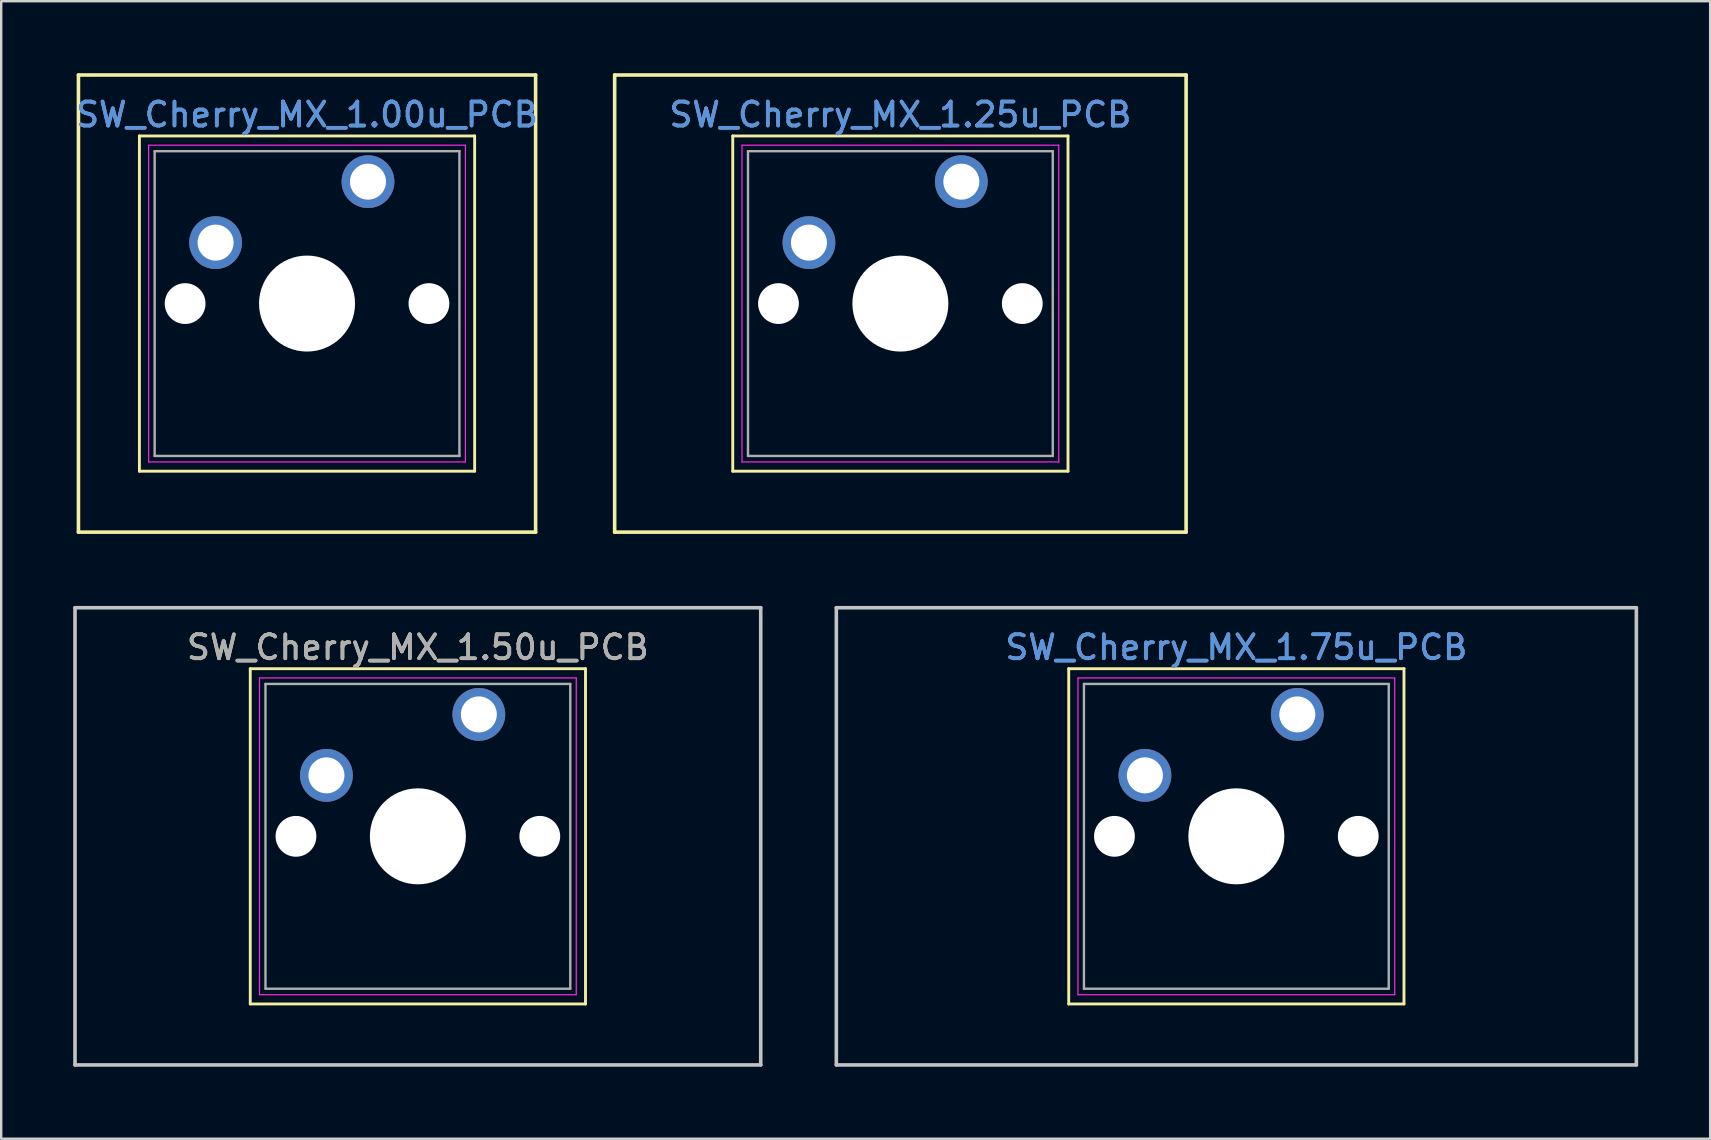
<source format=kicad_pcb>
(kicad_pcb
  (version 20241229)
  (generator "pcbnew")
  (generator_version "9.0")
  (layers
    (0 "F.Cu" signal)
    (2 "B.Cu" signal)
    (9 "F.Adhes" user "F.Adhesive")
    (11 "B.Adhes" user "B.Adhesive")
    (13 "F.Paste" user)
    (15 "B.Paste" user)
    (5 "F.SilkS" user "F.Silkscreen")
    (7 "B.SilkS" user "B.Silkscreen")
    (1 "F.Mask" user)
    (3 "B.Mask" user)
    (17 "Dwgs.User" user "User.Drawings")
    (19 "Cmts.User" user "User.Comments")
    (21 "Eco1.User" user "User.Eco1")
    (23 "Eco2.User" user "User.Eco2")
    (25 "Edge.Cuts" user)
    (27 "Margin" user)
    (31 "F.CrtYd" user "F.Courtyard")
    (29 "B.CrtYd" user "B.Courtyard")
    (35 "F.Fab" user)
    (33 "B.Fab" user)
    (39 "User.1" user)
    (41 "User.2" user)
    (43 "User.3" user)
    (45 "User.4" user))
  (footprint "SW_Cherry_MX_1.50u_PCB"
    (layer "F.Cu")
    (at 14.363 31.8)
    (property "Reference" "SW_Cherry_MX_1.50u_PCB" (at 0 -7.874 0) (layer "F.SilkS") (effects (font (size 1 1) (thickness 0.15))))
    (attr through_hole)
    (fp_line (start -6.985 -6.985) (end 6.985 -6.985) (stroke (width 0.12) (type solid)) (layer "F.SilkS"))
    (fp_line (start -6.985 6.985) (end -6.985 -6.985) (stroke (width 0.12) (type solid)) (layer "F.SilkS"))
    (fp_line (start 6.985 -6.985) (end 6.985 6.985) (stroke (width 0.12) (type solid)) (layer "F.SilkS"))
    (fp_line (start 6.985 6.985) (end -6.985 6.985) (stroke (width 0.12) (type solid)) (layer "F.SilkS"))
    (fp_line (start -14.287 -9.525) (end 14.287 -9.525) (stroke (width 0.15) (type solid)) (layer "Dwgs.User"))
    (fp_line (start -14.287 9.525) (end -14.287 -9.525) (stroke (width 0.15) (type solid)) (layer "Dwgs.User"))
    (fp_line (start 14.287 -9.525) (end 14.287 9.525) (stroke (width 0.15) (type solid)) (layer "Dwgs.User"))
    (fp_line (start 14.287 9.525) (end -14.287 9.525) (stroke (width 0.15) (type solid)) (layer "Dwgs.User"))
    (fp_line (start -6.6 -6.6) (end 6.6 -6.6) (stroke (width 0.05) (type solid)) (layer "F.CrtYd"))
    (fp_line (start -6.6 6.6) (end -6.6 -6.6) (stroke (width 0.05) (type solid)) (layer "F.CrtYd"))
    (fp_line (start 6.6 -6.6) (end 6.6 6.6) (stroke (width 0.05) (type solid)) (layer "F.CrtYd"))
    (fp_line (start 6.6 6.6) (end -6.6 6.6) (stroke (width 0.05) (type solid)) (layer "F.CrtYd"))
    (fp_line (start -6.35 -6.35) (end 6.35 -6.35) (stroke (width 0.1) (type solid)) (layer "F.Fab"))
    (fp_line (start -6.35 6.35) (end -6.35 -6.35) (stroke (width 0.1) (type solid)) (layer "F.Fab"))
    (fp_line (start 6.35 -6.35) (end 6.35 6.35) (stroke (width 0.1) (type solid)) (layer "F.Fab"))
    (fp_line (start 6.35 6.35) (end -6.35 6.35) (stroke (width 0.1) (type solid)) (layer "F.Fab"))
    (fp_text user "${REFERENCE}" (at 0 -7.874 0) (layer "F.Fab") (effects (font (size 1 1) (thickness 0.15))))
    (pad "" np_thru_hole circle (at -5.08 0) (size 1.7 1.7) (drill 1.7) (layers "*.Cu" "*.Mask"))
    (pad "" np_thru_hole circle (at 0 0) (size 4 4) (drill 4) (layers "*.Cu" "*.Mask"))
    (pad "" np_thru_hole circle (at 5.08 0) (size 1.7 1.7) (drill 1.7) (layers "*.Cu" "*.Mask"))
    (pad "1" thru_hole circle (at 2.54 -5.08) (size 2.2 2.2) (drill 1.5) (layers "*.Cu" "*.Mask"))
    (pad "2" thru_hole circle (at -3.81 -2.54) (size 2.2 2.2) (drill 1.5) (layers "*.Cu" "*.Mask")))
  (footprint "SW_Cherry_MX_1.25u_PCB"
    (layer "F.Cu")
    (at 34.469 9.6)
    (property "Reference" "SW_Cherry_MX_1.25u_PCB" (at 0 -7.874 0) (layer "Cmts.User") (effects (font (size 1 1) (thickness 0.15))))
    (attr through_hole)
    (fp_line (start -11.906 -9.525) (end 11.906 -9.525) (stroke (width 0.15) (type solid)) (layer "F.SilkS"))
    (fp_line (start -11.906 9.525) (end -11.906 -9.525) (stroke (width 0.15) (type solid)) (layer "F.SilkS"))
    (fp_line (start -6.985 -6.985) (end 6.985 -6.985) (stroke (width 0.12) (type solid)) (layer "F.SilkS"))
    (fp_line (start -6.985 6.985) (end -6.985 -6.985) (stroke (width 0.12) (type solid)) (layer "F.SilkS"))
    (fp_line (start 6.985 -6.985) (end 6.985 6.985) (stroke (width 0.12) (type solid)) (layer "F.SilkS"))
    (fp_line (start 6.985 6.985) (end -6.985 6.985) (stroke (width 0.12) (type solid)) (layer "F.SilkS"))
    (fp_line (start 11.906 -9.525) (end 11.906 9.525) (stroke (width 0.15) (type solid)) (layer "F.SilkS"))
    (fp_line (start 11.906 9.525) (end -11.906 9.525) (stroke (width 0.15) (type solid)) (layer "F.SilkS"))
    (fp_line (start -6.6 -6.6) (end 6.6 -6.6) (stroke (width 0.05) (type solid)) (layer "F.CrtYd"))
    (fp_line (start -6.6 6.6) (end -6.6 -6.6) (stroke (width 0.05) (type solid)) (layer "F.CrtYd"))
    (fp_line (start 6.6 -6.6) (end 6.6 6.6) (stroke (width 0.05) (type solid)) (layer "F.CrtYd"))
    (fp_line (start 6.6 6.6) (end -6.6 6.6) (stroke (width 0.05) (type solid)) (layer "F.CrtYd"))
    (fp_line (start -6.35 -6.35) (end 6.35 -6.35) (stroke (width 0.1) (type solid)) (layer "F.Fab"))
    (fp_line (start -6.35 6.35) (end -6.35 -6.35) (stroke (width 0.1) (type solid)) (layer "F.Fab"))
    (fp_line (start 6.35 -6.35) (end 6.35 6.35) (stroke (width 0.1) (type solid)) (layer "F.Fab"))
    (fp_line (start 6.35 6.35) (end -6.35 6.35) (stroke (width 0.1) (type solid)) (layer "F.Fab"))
    (fp_text user "${REFERENCE}" (at 0 -7.874 0) (layer "F.Fab") (effects (font (size 1 1) (thickness 0.15))))
    (pad "" np_thru_hole circle (at -5.08 0) (size 1.7 1.7) (drill 1.7) (layers "*.Cu" "*.Mask"))
    (pad "" np_thru_hole circle (at 0 0) (size 4 4) (drill 4) (layers "*.Cu" "*.Mask"))
    (pad "" np_thru_hole circle (at 5.08 0) (size 1.7 1.7) (drill 1.7) (layers "*.Cu" "*.Mask"))
    (pad "1" thru_hole circle (at 2.54 -5.08) (size 2.2 2.2) (drill 1.5) (layers "*.Cu" "*.Mask"))
    (pad "2" thru_hole circle (at -3.81 -2.54) (size 2.2 2.2) (drill 1.5) (layers "*.Cu" "*.Mask")))
  (footprint "SW_Cherry_MX_1.75u_PCB"
    (layer "F.Cu")
    (at 48.469 31.8)
    (property "Reference" "SW_Cherry_MX_1.75u_PCB" (at 0 -7.874 0) (layer "Cmts.User") (effects (font (size 1 1) (thickness 0.15))))
    (attr through_hole)
    (fp_line (start -6.985 -6.985) (end 6.985 -6.985) (stroke (width 0.12) (type solid)) (layer "F.SilkS"))
    (fp_line (start -6.985 6.985) (end -6.985 -6.985) (stroke (width 0.12) (type solid)) (layer "F.SilkS"))
    (fp_line (start 6.985 -6.985) (end 6.985 6.985) (stroke (width 0.12) (type solid)) (layer "F.SilkS"))
    (fp_line (start 6.985 6.985) (end -6.985 6.985) (stroke (width 0.12) (type solid)) (layer "F.SilkS"))
    (fp_line (start -16.669 -9.525) (end 16.669 -9.525) (stroke (width 0.15) (type solid)) (layer "Dwgs.User"))
    (fp_line (start -16.669 9.525) (end -16.669 -9.525) (stroke (width 0.15) (type solid)) (layer "Dwgs.User"))
    (fp_line (start 16.669 -9.525) (end 16.669 9.525) (stroke (width 0.15) (type solid)) (layer "Dwgs.User"))
    (fp_line (start 16.669 9.525) (end -16.669 9.525) (stroke (width 0.15) (type solid)) (layer "Dwgs.User"))
    (fp_line (start -6.6 -6.6) (end 6.6 -6.6) (stroke (width 0.05) (type solid)) (layer "F.CrtYd"))
    (fp_line (start -6.6 6.6) (end -6.6 -6.6) (stroke (width 0.05) (type solid)) (layer "F.CrtYd"))
    (fp_line (start 6.6 -6.6) (end 6.6 6.6) (stroke (width 0.05) (type solid)) (layer "F.CrtYd"))
    (fp_line (start 6.6 6.6) (end -6.6 6.6) (stroke (width 0.05) (type solid)) (layer "F.CrtYd"))
    (fp_line (start -6.35 -6.35) (end 6.35 -6.35) (stroke (width 0.1) (type solid)) (layer "F.Fab"))
    (fp_line (start -6.35 6.35) (end -6.35 -6.35) (stroke (width 0.1) (type solid)) (layer "F.Fab"))
    (fp_line (start 6.35 -6.35) (end 6.35 6.35) (stroke (width 0.1) (type solid)) (layer "F.Fab"))
    (fp_line (start 6.35 6.35) (end -6.35 6.35) (stroke (width 0.1) (type solid)) (layer "F.Fab"))
    (fp_text user "${REFERENCE}" (at 0 -7.874 0) (layer "F.Fab") (effects (font (size 1 1) (thickness 0.15))))
    (pad "" np_thru_hole circle (at -5.08 0) (size 1.7 1.7) (drill 1.7) (layers "*.Cu" "*.Mask"))
    (pad "" np_thru_hole circle (at 0 0) (size 4 4) (drill 4) (layers "*.Cu" "*.Mask"))
    (pad "" np_thru_hole circle (at 5.08 0) (size 1.7 1.7) (drill 1.7) (layers "*.Cu" "*.Mask"))
    (pad "1" thru_hole circle (at 2.54 -5.08) (size 2.2 2.2) (drill 1.5) (layers "*.Cu" "*.Mask"))
    (pad "2" thru_hole circle (at -3.81 -2.54) (size 2.2 2.2) (drill 1.5) (layers "*.Cu" "*.Mask")))
  (footprint "SW_Cherry_MX_1.00u_PCB"
    (layer "F.Cu")
    (at 9.744 9.6)
    (property "Reference" "SW_Cherry_MX_1.00u_PCB" (at 0 -7.874 0) (layer "Cmts.User") (effects (font (size 1 1) (thickness 0.15))))
    (attr through_hole)
    (fp_line (start -9.525 -9.525) (end 9.525 -9.525) (stroke (width 0.15) (type solid)) (layer "F.SilkS"))
    (fp_line (start -9.525 9.525) (end -9.525 -9.525) (stroke (width 0.15) (type solid)) (layer "F.SilkS"))
    (fp_line (start -6.985 -6.985) (end 6.985 -6.985) (stroke (width 0.12) (type solid)) (layer "F.SilkS"))
    (fp_line (start -6.985 6.985) (end -6.985 -6.985) (stroke (width 0.12) (type solid)) (layer "F.SilkS"))
    (fp_line (start 6.985 -6.985) (end 6.985 6.985) (stroke (width 0.12) (type solid)) (layer "F.SilkS"))
    (fp_line (start 6.985 6.985) (end -6.985 6.985) (stroke (width 0.12) (type solid)) (layer "F.SilkS"))
    (fp_line (start 9.525 -9.525) (end 9.525 9.525) (stroke (width 0.15) (type solid)) (layer "F.SilkS"))
    (fp_line (start 9.525 9.525) (end -9.525 9.525) (stroke (width 0.15) (type solid)) (layer "F.SilkS"))
    (fp_line (start -6.6 -6.6) (end 6.6 -6.6) (stroke (width 0.05) (type solid)) (layer "F.CrtYd"))
    (fp_line (start -6.6 6.6) (end -6.6 -6.6) (stroke (width 0.05) (type solid)) (layer "F.CrtYd"))
    (fp_line (start 6.6 -6.6) (end 6.6 6.6) (stroke (width 0.05) (type solid)) (layer "F.CrtYd"))
    (fp_line (start 6.6 6.6) (end -6.6 6.6) (stroke (width 0.05) (type solid)) (layer "F.CrtYd"))
    (fp_line (start -6.35 -6.35) (end 6.35 -6.35) (stroke (width 0.1) (type solid)) (layer "F.Fab"))
    (fp_line (start -6.35 6.35) (end -6.35 -6.35) (stroke (width 0.1) (type solid)) (layer "F.Fab"))
    (fp_line (start 6.35 -6.35) (end 6.35 6.35) (stroke (width 0.1) (type solid)) (layer "F.Fab"))
    (fp_line (start 6.35 6.35) (end -6.35 6.35) (stroke (width 0.1) (type solid)) (layer "F.Fab"))
    (fp_text user "${REFERENCE}" (at 0 -7.874 0) (layer "F.Fab") (effects (font (size 1 1) (thickness 0.15))))
    (pad "" np_thru_hole circle (at -5.08 0) (size 1.7 1.7) (drill 1.7) (layers "*.Cu" "*.Mask"))
    (pad "" np_thru_hole circle (at 0 0) (size 4 4) (drill 4) (layers "*.Cu" "*.Mask"))
    (pad "" np_thru_hole circle (at 5.08 0) (size 1.7 1.7) (drill 1.7) (layers "*.Cu" "*.Mask"))
    (pad "1" thru_hole circle (at 2.54 -5.08) (size 2.2 2.2) (drill 1.5) (layers "*.Cu" "*.Mask"))
    (pad "2" thru_hole circle (at -3.81 -2.54) (size 2.2 2.2) (drill 1.5) (layers "*.Cu" "*.Mask")))
  (gr_rect
    (start -3 -3)
    (end 68.213 44.4)
    (stroke (width 0.1) (type default))
    (fill no)
    (layer "Edge.Cuts")))
</source>
